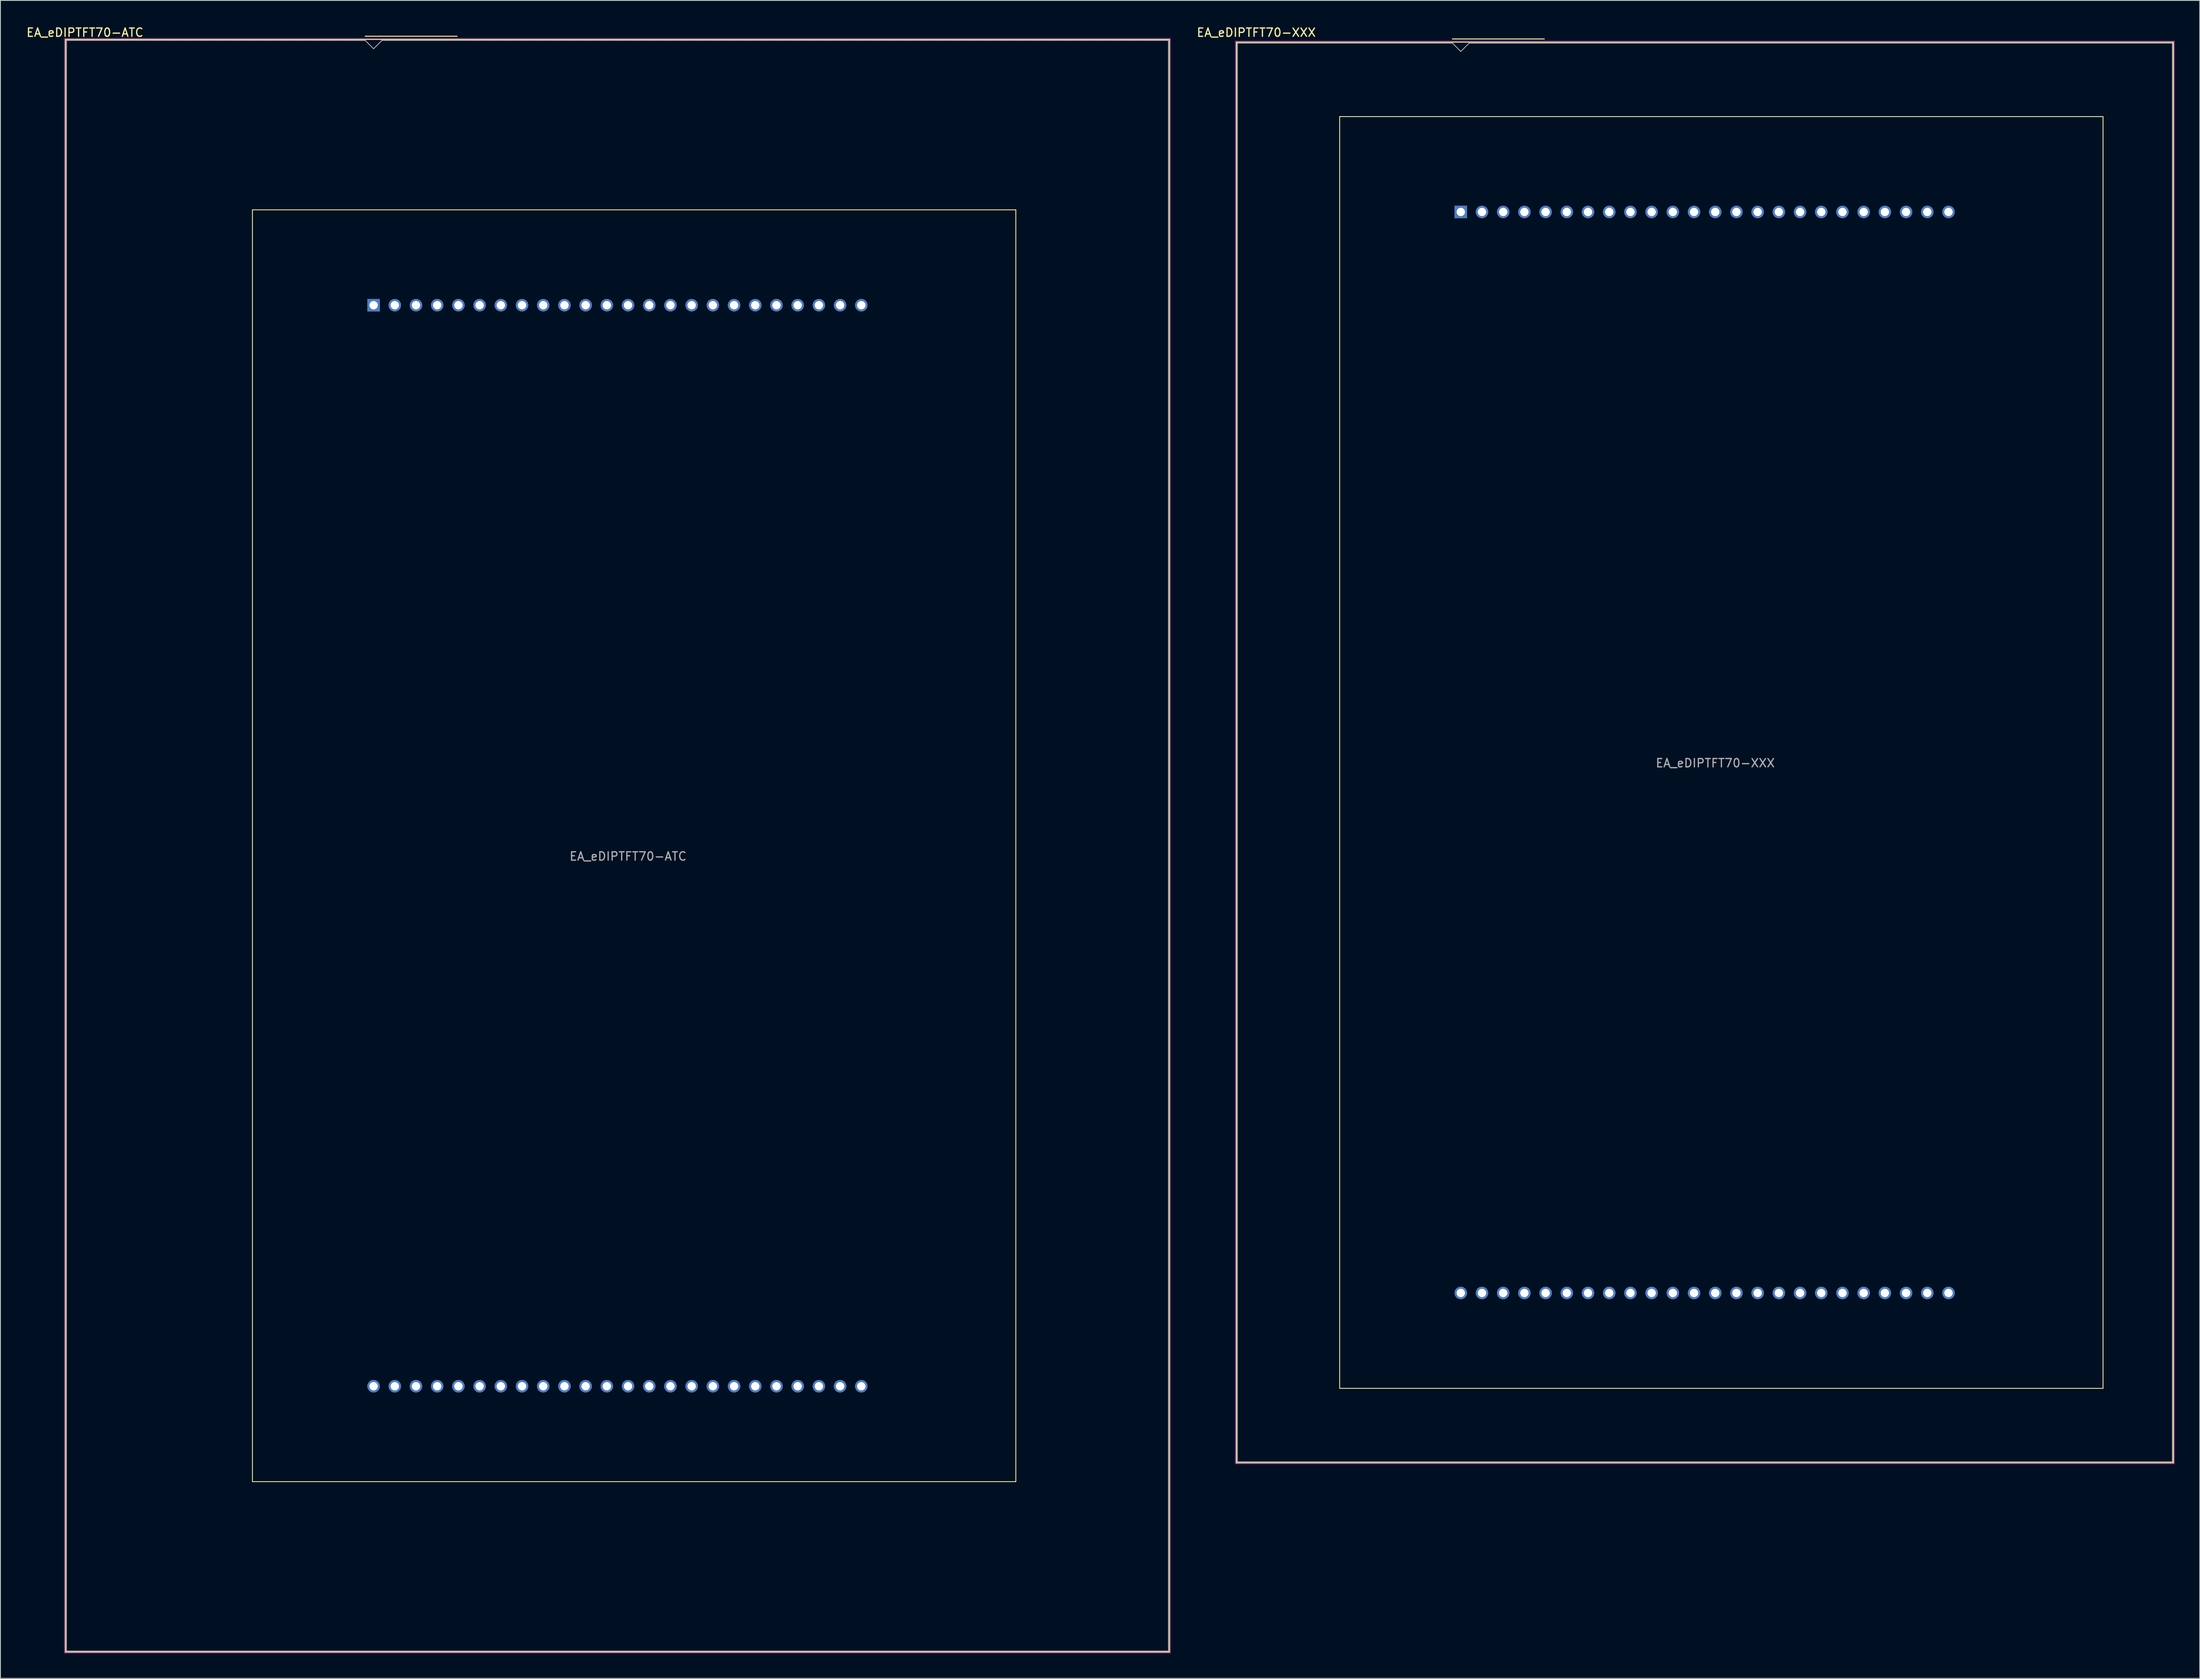
<source format=kicad_pcb>
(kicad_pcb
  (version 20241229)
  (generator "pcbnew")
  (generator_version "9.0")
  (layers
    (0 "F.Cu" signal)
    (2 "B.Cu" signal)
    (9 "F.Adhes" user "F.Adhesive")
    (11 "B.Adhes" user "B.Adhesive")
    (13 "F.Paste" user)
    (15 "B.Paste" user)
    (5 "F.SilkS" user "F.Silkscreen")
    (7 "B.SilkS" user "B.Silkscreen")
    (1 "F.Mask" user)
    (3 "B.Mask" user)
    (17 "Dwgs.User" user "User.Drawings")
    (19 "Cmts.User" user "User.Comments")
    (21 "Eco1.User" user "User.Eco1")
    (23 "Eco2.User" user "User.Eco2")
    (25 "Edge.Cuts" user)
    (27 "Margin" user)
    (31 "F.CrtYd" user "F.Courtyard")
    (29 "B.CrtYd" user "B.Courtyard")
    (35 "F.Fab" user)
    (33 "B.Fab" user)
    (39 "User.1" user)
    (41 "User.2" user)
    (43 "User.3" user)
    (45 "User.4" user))
  (footprint "EA_eDIPTFT70-ATC"
    (layer "F.Cu")
    (at 41.7 33.523)
    (property "Reference" "EA_eDIPTFT70-ATC" (at -34.575 -32.675 0) (layer "F.SilkS") (effects (font (size 1 1) (thickness 0.15))))
    (attr through_hole)
    (fp_line (start -36.91 -31.85) (end 95.33 -31.85) (stroke (width 0.12) (type solid)) (layer "F.SilkS"))
    (fp_line (start -36.91 161.39) (end -36.91 -31.85) (stroke (width 0.12) (type solid)) (layer "F.SilkS"))
    (fp_line (start -14.51 -11.43) (end -14.51 140.97) (stroke (width 0.1) (type solid)) (layer "F.SilkS"))
    (fp_line (start -14.51 140.97) (end 76.93 140.97) (stroke (width 0.1) (type solid)) (layer "F.SilkS"))
    (fp_line (start -1 -32.23) (end 10 -32.23) (stroke (width 0.12) (type solid)) (layer "F.SilkS"))
    (fp_line (start 76.93 -11.43) (end -14.51 -11.43) (stroke (width 0.1) (type solid)) (layer "F.SilkS"))
    (fp_line (start 76.93 140.97) (end 76.93 -11.43) (stroke (width 0.1) (type solid)) (layer "F.SilkS"))
    (fp_line (start 95.33 -31.85) (end 95.33 161.39) (stroke (width 0.12) (type solid)) (layer "F.SilkS"))
    (fp_line (start 95.33 161.39) (end -36.91 161.39) (stroke (width 0.12) (type solid)) (layer "F.SilkS"))
    (fp_line (start -37.04 -31.98) (end 95.46 -31.98) (stroke (width 0.05) (type solid)) (layer "F.CrtYd"))
    (fp_line (start -37.04 161.52) (end -37.04 -31.98) (stroke (width 0.05) (type solid)) (layer "F.CrtYd"))
    (fp_line (start 95.46 -31.98) (end 95.46 161.52) (stroke (width 0.05) (type solid)) (layer "F.CrtYd"))
    (fp_line (start 95.46 161.52) (end -37.04 161.52) (stroke (width 0.05) (type solid)) (layer "F.CrtYd"))
    (fp_line (start -36.79 -31.73) (end -1 -31.73) (stroke (width 0.1) (type solid)) (layer "F.Fab"))
    (fp_line (start -36.79 161.27) (end -36.79 -31.73) (stroke (width 0.1) (type solid)) (layer "F.Fab"))
    (fp_line (start -1 -31.73) (end 0 -30.73) (stroke (width 0.1) (type solid)) (layer "F.Fab"))
    (fp_line (start 0 -30.73) (end 1 -31.73) (stroke (width 0.1) (type solid)) (layer "F.Fab"))
    (fp_line (start 1 -31.73) (end 95.21 -31.73) (stroke (width 0.1) (type solid)) (layer "F.Fab"))
    (fp_line (start 95.21 -31.73) (end 95.21 161.27) (stroke (width 0.1) (type solid)) (layer "F.Fab"))
    (fp_line (start 95.21 161.27) (end -36.79 161.27) (stroke (width 0.1) (type solid)) (layer "F.Fab"))
    (fp_text user "${REFERENCE}" (at 30.48 66.04 0) (layer "F.Fab") (effects (font (size 1 1) (thickness 0.15))))
    (pad "1" thru_hole rect (at 0 0) (size 1.5 1.5) (drill 1) (layers "*.Cu" "*.Mask"))
    (pad "2" thru_hole circle (at 2.54 0) (size 1.5 1.5) (drill 1) (layers "*.Cu" "*.Mask"))
    (pad "3" thru_hole circle (at 5.08 0) (size 1.5 1.5) (drill 1) (layers "*.Cu" "*.Mask"))
    (pad "4" thru_hole circle (at 7.62 0) (size 1.5 1.5) (drill 1) (layers "*.Cu" "*.Mask"))
    (pad "5" thru_hole circle (at 10.16 0) (size 1.5 1.5) (drill 1) (layers "*.Cu" "*.Mask"))
    (pad "6" thru_hole circle (at 12.7 0) (size 1.5 1.5) (drill 1) (layers "*.Cu" "*.Mask"))
    (pad "7" thru_hole circle (at 15.24 0) (size 1.5 1.5) (drill 1) (layers "*.Cu" "*.Mask"))
    (pad "8" thru_hole circle (at 17.78 0) (size 1.5 1.5) (drill 1) (layers "*.Cu" "*.Mask"))
    (pad "9" thru_hole circle (at 20.32 0) (size 1.5 1.5) (drill 1) (layers "*.Cu" "*.Mask"))
    (pad "10" thru_hole circle (at 22.86 0) (size 1.5 1.5) (drill 1) (layers "*.Cu" "*.Mask"))
    (pad "11" thru_hole circle (at 25.4 0) (size 1.5 1.5) (drill 1) (layers "*.Cu" "*.Mask"))
    (pad "12" thru_hole circle (at 27.94 0) (size 1.5 1.5) (drill 1) (layers "*.Cu" "*.Mask"))
    (pad "13" thru_hole circle (at 30.48 0) (size 1.5 1.5) (drill 1) (layers "*.Cu" "*.Mask"))
    (pad "14" thru_hole circle (at 33.02 0) (size 1.5 1.5) (drill 1) (layers "*.Cu" "*.Mask"))
    (pad "15" thru_hole circle (at 35.56 0) (size 1.5 1.5) (drill 1) (layers "*.Cu" "*.Mask"))
    (pad "16" thru_hole circle (at 38.1 0) (size 1.5 1.5) (drill 1) (layers "*.Cu" "*.Mask"))
    (pad "17" thru_hole circle (at 40.64 0) (size 1.5 1.5) (drill 1) (layers "*.Cu" "*.Mask"))
    (pad "18" thru_hole circle (at 43.18 0) (size 1.5 1.5) (drill 1) (layers "*.Cu" "*.Mask"))
    (pad "19" thru_hole circle (at 45.72 0) (size 1.5 1.5) (drill 1) (layers "*.Cu" "*.Mask"))
    (pad "20" thru_hole circle (at 48.26 0) (size 1.5 1.5) (drill 1) (layers "*.Cu" "*.Mask"))
    (pad "21" thru_hole circle (at 50.8 0) (size 1.5 1.5) (drill 1) (layers "*.Cu" "*.Mask"))
    (pad "22" thru_hole circle (at 53.34 0) (size 1.5 1.5) (drill 1) (layers "*.Cu" "*.Mask"))
    (pad "23" thru_hole circle (at 55.88 0) (size 1.5 1.5) (drill 1) (layers "*.Cu" "*.Mask"))
    (pad "24" thru_hole circle (at 58.42 0) (size 1.5 1.5) (drill 1) (layers "*.Cu" "*.Mask"))
    (pad "25" thru_hole circle (at 58.42 129.54) (size 1.5 1.5) (drill 1) (layers "*.Cu" "*.Mask"))
    (pad "26" thru_hole circle (at 55.88 129.54) (size 1.5 1.5) (drill 1) (layers "*.Cu" "*.Mask"))
    (pad "27" thru_hole circle (at 53.34 129.54) (size 1.5 1.5) (drill 1) (layers "*.Cu" "*.Mask"))
    (pad "28" thru_hole circle (at 50.8 129.54) (size 1.5 1.5) (drill 1) (layers "*.Cu" "*.Mask"))
    (pad "29" thru_hole circle (at 48.26 129.54) (size 1.5 1.5) (drill 1) (layers "*.Cu" "*.Mask"))
    (pad "30" thru_hole circle (at 45.72 129.54) (size 1.5 1.5) (drill 1) (layers "*.Cu" "*.Mask"))
    (pad "31" thru_hole circle (at 43.18 129.54) (size 1.5 1.5) (drill 1) (layers "*.Cu" "*.Mask"))
    (pad "32" thru_hole circle (at 40.64 129.54) (size 1.5 1.5) (drill 1) (layers "*.Cu" "*.Mask"))
    (pad "33" thru_hole circle (at 38.1 129.54) (size 1.5 1.5) (drill 1) (layers "*.Cu" "*.Mask"))
    (pad "34" thru_hole circle (at 35.56 129.54) (size 1.5 1.5) (drill 1) (layers "*.Cu" "*.Mask"))
    (pad "35" thru_hole circle (at 33.02 129.54) (size 1.5 1.5) (drill 1) (layers "*.Cu" "*.Mask"))
    (pad "36" thru_hole circle (at 30.48 129.54) (size 1.5 1.5) (drill 1) (layers "*.Cu" "*.Mask"))
    (pad "37" thru_hole circle (at 27.94 129.54) (size 1.5 1.5) (drill 1) (layers "*.Cu" "*.Mask"))
    (pad "38" thru_hole circle (at 25.4 129.54) (size 1.5 1.5) (drill 1) (layers "*.Cu" "*.Mask"))
    (pad "39" thru_hole circle (at 22.86 129.54) (size 1.5 1.5) (drill 1) (layers "*.Cu" "*.Mask"))
    (pad "40" thru_hole circle (at 20.32 129.54) (size 1.5 1.5) (drill 1) (layers "*.Cu" "*.Mask"))
    (pad "41" thru_hole circle (at 17.78 129.54) (size 1.5 1.5) (drill 1) (layers "*.Cu" "*.Mask"))
    (pad "42" thru_hole circle (at 15.24 129.54) (size 1.5 1.5) (drill 1) (layers "*.Cu" "*.Mask"))
    (pad "43" thru_hole circle (at 12.7 129.54) (size 1.5 1.5) (drill 1) (layers "*.Cu" "*.Mask"))
    (pad "44" thru_hole circle (at 10.16 129.54) (size 1.5 1.5) (drill 1) (layers "*.Cu" "*.Mask"))
    (pad "45" thru_hole circle (at 7.62 129.54) (size 1.5 1.5) (drill 1) (layers "*.Cu" "*.Mask"))
    (pad "46" thru_hole circle (at 5.08 129.54) (size 1.5 1.5) (drill 1) (layers "*.Cu" "*.Mask"))
    (pad "47" thru_hole circle (at 2.54 129.54) (size 1.5 1.5) (drill 1) (layers "*.Cu" "*.Mask"))
    (pad "48" thru_hole circle (at 0 129.54) (size 1.5 1.5) (drill 1) (layers "*.Cu" "*.Mask")))
  (footprint "EA_eDIPTFT70-XXX"
    (layer "F.Cu")
    (at 171.929 22.348)
    (property "Reference" "EA_eDIPTFT70-XXX" (at -24.5 -21.5 0) (layer "F.SilkS") (effects (font (size 1 1) (thickness 0.15))))
    (attr through_hole)
    (fp_line (start -26.88 -20.35) (end 85.36 -20.35) (stroke (width 0.12) (type solid)) (layer "F.SilkS"))
    (fp_line (start -26.88 149.89) (end -26.88 -20.35) (stroke (width 0.12) (type solid)) (layer "F.SilkS"))
    (fp_line (start -14.51 -11.43) (end -14.51 140.97) (stroke (width 0.1) (type solid)) (layer "F.SilkS"))
    (fp_line (start -14.51 140.97) (end 76.93 140.97) (stroke (width 0.1) (type solid)) (layer "F.SilkS"))
    (fp_line (start -1 -20.73) (end 10 -20.73) (stroke (width 0.12) (type solid)) (layer "F.SilkS"))
    (fp_line (start 76.93 -11.43) (end -14.51 -11.43) (stroke (width 0.1) (type solid)) (layer "F.SilkS"))
    (fp_line (start 76.93 140.97) (end 76.93 -11.43) (stroke (width 0.1) (type solid)) (layer "F.SilkS"))
    (fp_line (start 85.36 -20.35) (end 85.36 149.89) (stroke (width 0.12) (type solid)) (layer "F.SilkS"))
    (fp_line (start 85.36 149.89) (end -26.88 149.89) (stroke (width 0.12) (type solid)) (layer "F.SilkS"))
    (fp_line (start -27.01 -20.48) (end 85.49 -20.48) (stroke (width 0.05) (type solid)) (layer "F.CrtYd"))
    (fp_line (start -27.01 150.02) (end -27.01 -20.48) (stroke (width 0.05) (type solid)) (layer "F.CrtYd"))
    (fp_line (start 85.49 -20.48) (end 85.49 150.02) (stroke (width 0.05) (type solid)) (layer "F.CrtYd"))
    (fp_line (start 85.49 150.02) (end -27.01 150.02) (stroke (width 0.05) (type solid)) (layer "F.CrtYd"))
    (fp_line (start -26.76 -20.23) (end -1 -20.23) (stroke (width 0.1) (type solid)) (layer "F.Fab"))
    (fp_line (start -26.76 149.77) (end -26.76 -20.23) (stroke (width 0.1) (type solid)) (layer "F.Fab"))
    (fp_line (start -1 -20.23) (end 0 -19.23) (stroke (width 0.1) (type solid)) (layer "F.Fab"))
    (fp_line (start 0 -19.23) (end 1 -20.23) (stroke (width 0.1) (type solid)) (layer "F.Fab"))
    (fp_line (start 1 -20.23) (end 85.24 -20.23) (stroke (width 0.1) (type solid)) (layer "F.Fab"))
    (fp_line (start 85.24 -20.23) (end 85.24 149.77) (stroke (width 0.1) (type solid)) (layer "F.Fab"))
    (fp_line (start 85.24 149.77) (end -26.76 149.77) (stroke (width 0.1) (type solid)) (layer "F.Fab"))
    (fp_text user "${REFERENCE}" (at 30.48 66.04 0) (layer "F.Fab") (effects (font (size 1 1) (thickness 0.15))))
    (pad "1" thru_hole rect (at 0 0) (size 1.5 1.5) (drill 1) (layers "*.Cu" "*.Mask"))
    (pad "2" thru_hole circle (at 2.54 0) (size 1.5 1.5) (drill 1) (layers "*.Cu" "*.Mask"))
    (pad "3" thru_hole circle (at 5.08 0) (size 1.5 1.5) (drill 1) (layers "*.Cu" "*.Mask"))
    (pad "4" thru_hole circle (at 7.62 0) (size 1.5 1.5) (drill 1) (layers "*.Cu" "*.Mask"))
    (pad "5" thru_hole circle (at 10.16 0) (size 1.5 1.5) (drill 1) (layers "*.Cu" "*.Mask"))
    (pad "6" thru_hole circle (at 12.7 0) (size 1.5 1.5) (drill 1) (layers "*.Cu" "*.Mask"))
    (pad "7" thru_hole circle (at 15.24 0) (size 1.5 1.5) (drill 1) (layers "*.Cu" "*.Mask"))
    (pad "8" thru_hole circle (at 17.78 0) (size 1.5 1.5) (drill 1) (layers "*.Cu" "*.Mask"))
    (pad "9" thru_hole circle (at 20.32 0) (size 1.5 1.5) (drill 1) (layers "*.Cu" "*.Mask"))
    (pad "10" thru_hole circle (at 22.86 0) (size 1.5 1.5) (drill 1) (layers "*.Cu" "*.Mask"))
    (pad "11" thru_hole circle (at 25.4 0) (size 1.5 1.5) (drill 1) (layers "*.Cu" "*.Mask"))
    (pad "12" thru_hole circle (at 27.94 0) (size 1.5 1.5) (drill 1) (layers "*.Cu" "*.Mask"))
    (pad "13" thru_hole circle (at 30.48 0) (size 1.5 1.5) (drill 1) (layers "*.Cu" "*.Mask"))
    (pad "14" thru_hole circle (at 33.02 0) (size 1.5 1.5) (drill 1) (layers "*.Cu" "*.Mask"))
    (pad "15" thru_hole circle (at 35.56 0) (size 1.5 1.5) (drill 1) (layers "*.Cu" "*.Mask"))
    (pad "16" thru_hole circle (at 38.1 0) (size 1.5 1.5) (drill 1) (layers "*.Cu" "*.Mask"))
    (pad "17" thru_hole circle (at 40.64 0) (size 1.5 1.5) (drill 1) (layers "*.Cu" "*.Mask"))
    (pad "18" thru_hole circle (at 43.18 0) (size 1.5 1.5) (drill 1) (layers "*.Cu" "*.Mask"))
    (pad "19" thru_hole circle (at 45.72 0) (size 1.5 1.5) (drill 1) (layers "*.Cu" "*.Mask"))
    (pad "20" thru_hole circle (at 48.26 0) (size 1.5 1.5) (drill 1) (layers "*.Cu" "*.Mask"))
    (pad "21" thru_hole circle (at 50.8 0) (size 1.5 1.5) (drill 1) (layers "*.Cu" "*.Mask"))
    (pad "22" thru_hole circle (at 53.34 0) (size 1.5 1.5) (drill 1) (layers "*.Cu" "*.Mask"))
    (pad "23" thru_hole circle (at 55.88 0) (size 1.5 1.5) (drill 1) (layers "*.Cu" "*.Mask"))
    (pad "24" thru_hole circle (at 58.42 0) (size 1.5 1.5) (drill 1) (layers "*.Cu" "*.Mask"))
    (pad "25" thru_hole circle (at 58.42 129.54) (size 1.5 1.5) (drill 1) (layers "*.Cu" "*.Mask"))
    (pad "26" thru_hole circle (at 55.88 129.54) (size 1.5 1.5) (drill 1) (layers "*.Cu" "*.Mask"))
    (pad "27" thru_hole circle (at 53.34 129.54) (size 1.5 1.5) (drill 1) (layers "*.Cu" "*.Mask"))
    (pad "28" thru_hole circle (at 50.8 129.54) (size 1.5 1.5) (drill 1) (layers "*.Cu" "*.Mask"))
    (pad "29" thru_hole circle (at 48.26 129.54) (size 1.5 1.5) (drill 1) (layers "*.Cu" "*.Mask"))
    (pad "30" thru_hole circle (at 45.72 129.54) (size 1.5 1.5) (drill 1) (layers "*.Cu" "*.Mask"))
    (pad "31" thru_hole circle (at 43.18 129.54) (size 1.5 1.5) (drill 1) (layers "*.Cu" "*.Mask"))
    (pad "32" thru_hole circle (at 40.64 129.54) (size 1.5 1.5) (drill 1) (layers "*.Cu" "*.Mask"))
    (pad "33" thru_hole circle (at 38.1 129.54) (size 1.5 1.5) (drill 1) (layers "*.Cu" "*.Mask"))
    (pad "34" thru_hole circle (at 35.56 129.54) (size 1.5 1.5) (drill 1) (layers "*.Cu" "*.Mask"))
    (pad "35" thru_hole circle (at 33.02 129.54) (size 1.5 1.5) (drill 1) (layers "*.Cu" "*.Mask"))
    (pad "36" thru_hole circle (at 30.48 129.54) (size 1.5 1.5) (drill 1) (layers "*.Cu" "*.Mask"))
    (pad "37" thru_hole circle (at 27.94 129.54) (size 1.5 1.5) (drill 1) (layers "*.Cu" "*.Mask"))
    (pad "38" thru_hole circle (at 25.4 129.54) (size 1.5 1.5) (drill 1) (layers "*.Cu" "*.Mask"))
    (pad "39" thru_hole circle (at 22.86 129.54) (size 1.5 1.5) (drill 1) (layers "*.Cu" "*.Mask"))
    (pad "40" thru_hole circle (at 20.32 129.54) (size 1.5 1.5) (drill 1) (layers "*.Cu" "*.Mask"))
    (pad "41" thru_hole circle (at 17.78 129.54) (size 1.5 1.5) (drill 1) (layers "*.Cu" "*.Mask"))
    (pad "42" thru_hole circle (at 15.24 129.54) (size 1.5 1.5) (drill 1) (layers "*.Cu" "*.Mask"))
    (pad "43" thru_hole circle (at 12.7 129.54) (size 1.5 1.5) (drill 1) (layers "*.Cu" "*.Mask"))
    (pad "44" thru_hole circle (at 10.16 129.54) (size 1.5 1.5) (drill 1) (layers "*.Cu" "*.Mask"))
    (pad "45" thru_hole circle (at 7.62 129.54) (size 1.5 1.5) (drill 1) (layers "*.Cu" "*.Mask"))
    (pad "46" thru_hole circle (at 5.08 129.54) (size 1.5 1.5) (drill 1) (layers "*.Cu" "*.Mask"))
    (pad "47" thru_hole circle (at 2.54 129.54) (size 1.5 1.5) (drill 1) (layers "*.Cu" "*.Mask"))
    (pad "48" thru_hole circle (at 0 129.54) (size 1.5 1.5) (drill 1) (layers "*.Cu" "*.Mask")))
  (gr_rect
    (start -3 -3)
    (end 260.444 198.068)
    (stroke (width 0.1) (type default))
    (fill no)
    (layer "Edge.Cuts")))
</source>
